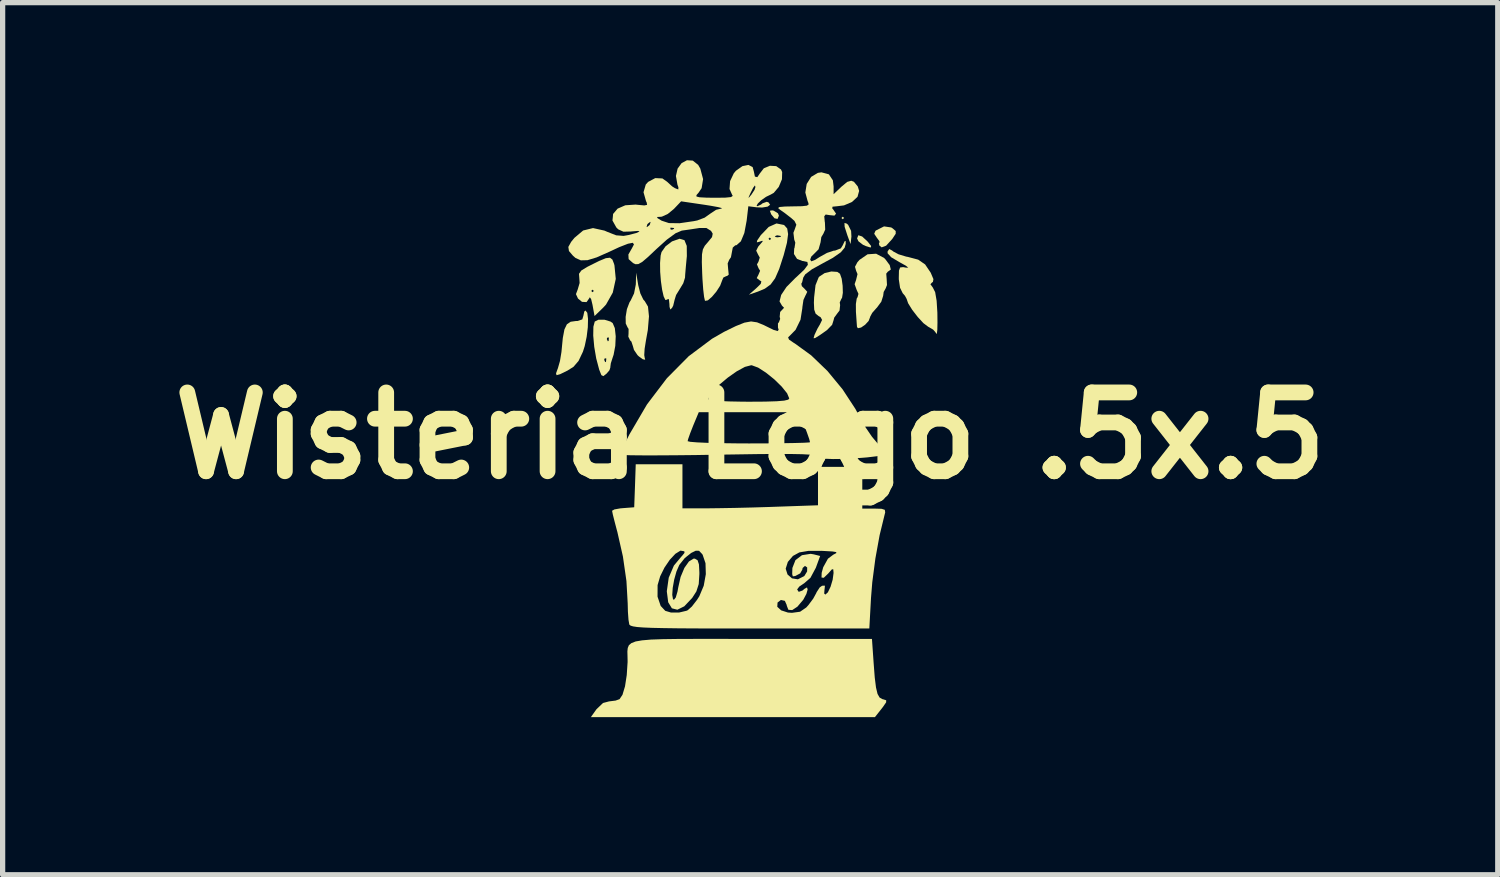
<source format=kicad_pcb>
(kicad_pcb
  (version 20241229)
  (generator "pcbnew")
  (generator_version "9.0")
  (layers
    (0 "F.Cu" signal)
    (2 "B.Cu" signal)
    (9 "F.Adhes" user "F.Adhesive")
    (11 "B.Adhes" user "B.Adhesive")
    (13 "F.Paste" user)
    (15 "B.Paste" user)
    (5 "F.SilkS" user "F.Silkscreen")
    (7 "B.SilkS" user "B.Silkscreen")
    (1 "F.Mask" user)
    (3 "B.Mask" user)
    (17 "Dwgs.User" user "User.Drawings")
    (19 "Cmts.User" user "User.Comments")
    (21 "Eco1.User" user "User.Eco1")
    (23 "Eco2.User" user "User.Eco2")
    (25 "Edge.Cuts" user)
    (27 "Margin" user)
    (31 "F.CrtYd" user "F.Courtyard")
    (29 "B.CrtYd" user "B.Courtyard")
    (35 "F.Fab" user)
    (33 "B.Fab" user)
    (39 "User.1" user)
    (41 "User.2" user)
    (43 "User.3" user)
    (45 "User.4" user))
  (footprint "Wisteria Logo .5x.5"
    (layer "F.Cu")
    (at 11.229 5.241)
    (property "Reference" "Wisteria Logo .5x.5" (at 0 0 0) (layer "F.SilkS") (effects (font (size 1.5 1.5) (thickness 0.3))))
    (attr board_only exclude_from_pos_files exclude_from_bom)
    (fp_poly (pts (xy 1.786 -4.142) (xy 1.761 -4.118) (xy 1.736 -4.142) (xy 1.761 -4.167)) (stroke (width 0) (type solid)) (fill yes) (layer "F.SilkS"))
    (fp_poly (pts (xy 0.447 -4.281) (xy 0.528 -4.231) (xy 0.546 -4.186) (xy 0.52 -4.124) (xy 0.462 -4.136) (xy 0.399 -4.212) (xy 0.374 -4.28) (xy 0.42 -4.287)) (stroke (width 0) (type solid)) (fill yes) (layer "F.SilkS"))
    (fp_poly (pts (xy 1.837 -4.035) (xy 1.864 -4.011) (xy 1.92 -3.897) (xy 1.926 -3.789) (xy 1.91 -3.646) (xy 1.848 -3.815) (xy 1.797 -3.974) (xy 1.794 -4.048)) (stroke (width 0) (type solid)) (fill yes) (layer "F.SilkS"))
    (fp_poly (pts (xy 2.13 -3.79) (xy 2.232 -3.696) (xy 2.302 -3.608) (xy 2.292 -3.579) (xy 2.202 -3.607) (xy 2.146 -3.632) (xy 2.06 -3.698) (xy 2.034 -3.753) (xy 2.058 -3.814)) (stroke (width 0) (type solid)) (fill yes) (layer "F.SilkS"))
    (fp_poly (pts (xy 2.683 -3.962) (xy 2.711 -3.944) (xy 2.769 -3.894) (xy 2.769 -3.842) (xy 2.711 -3.754) (xy 2.701 -3.74) (xy 2.587 -3.615) (xy 2.501 -3.583) (xy 2.457 -3.619) (xy 2.449 -3.667) (xy 2.46 -3.671) (xy 2.459 -3.701) (xy 2.412 -3.763) (xy 2.36 -3.842) (xy 2.383 -3.896) (xy 2.392 -3.904) (xy 2.547 -3.982)) (stroke (width 0) (type solid)) (fill yes) (layer "F.SilkS"))
    (fp_poly (pts (xy -3.101 -2.337) (xy -3.087 -2.222) (xy -3.091 -2.061) (xy -3.113 -1.88) (xy -3.15 -1.704) (xy -3.184 -1.597) (xy -3.267 -1.422) (xy -3.363 -1.31) (xy -3.477 -1.238) (xy -3.618 -1.169) (xy -3.686 -1.15) (xy -3.696 -1.184) (xy -3.664 -1.274) (xy -3.662 -1.277) (xy -3.621 -1.42) (xy -3.593 -1.591) (xy -3.591 -1.612) (xy -3.567 -1.858) (xy -3.536 -2.022) (xy -3.489 -2.119) (xy -3.418 -2.167) (xy -3.312 -2.182) (xy -3.287 -2.182) (xy -3.196 -2.212) (xy -3.175 -2.282) (xy -3.158 -2.363) (xy -3.135 -2.381)) (stroke (width 0) (type solid)) (fill yes) (layer "F.SilkS"))
    (fp_poly (pts (xy -1.252 -3.72) (xy -1.208 -3.611) (xy -1.206 -3.416) (xy -1.21 -3.376) (xy -1.226 -3.205) (xy -1.238 -3.062) (xy -1.241 -3.006) (xy -1.274 -2.9) (xy -1.342 -2.788) (xy -1.411 -2.676) (xy -1.439 -2.585) (xy -1.466 -2.473) (xy -1.488 -2.431) (xy -1.522 -2.4) (xy -1.536 -2.453) (xy -1.538 -2.505) (xy -1.548 -2.598) (xy -1.577 -2.595) (xy -1.581 -2.588) (xy -1.615 -2.581) (xy -1.648 -2.651) (xy -1.677 -2.778) (xy -1.7 -2.941) (xy -1.714 -3.117) (xy -1.716 -3.286) (xy -1.705 -3.427) (xy -1.688 -3.494) (xy -1.612 -3.602) (xy -1.492 -3.694) (xy -1.487 -3.697) (xy -1.344 -3.747)) (stroke (width 0) (type solid)) (fill yes) (layer "F.SilkS"))
    (fp_poly (pts (xy -2.131 -2.861) (xy -2.091 -2.706) (xy -2.035 -2.59) (xy -2.007 -2.559) (xy -1.946 -2.456) (xy -1.927 -2.27) (xy -1.949 -2.009) (xy -1.985 -1.809) (xy -2.01 -1.651) (xy -2.017 -1.532) (xy -2.01 -1.489) (xy -1.999 -1.444) (xy -2.044 -1.453) (xy -2.12 -1.508) (xy -2.146 -1.533) (xy -2.213 -1.632) (xy -2.232 -1.7) (xy -2.262 -1.79) (xy -2.286 -1.813) (xy -2.32 -1.883) (xy -2.316 -1.94) (xy -2.315 -2.03) (xy -2.335 -2.061) (xy -2.369 -2.133) (xy -2.371 -2.26) (xy -2.347 -2.407) (xy -2.298 -2.536) (xy -2.274 -2.574) (xy -2.211 -2.706) (xy -2.178 -2.875) (xy -2.177 -2.896) (xy -2.171 -3.101)) (stroke (width 0) (type solid)) (fill yes) (layer "F.SilkS"))
    (fp_poly (pts (xy -2.623 -3.35) (xy -2.592 -3.27) (xy -2.584 -3.24) (xy -2.559 -2.982) (xy -2.616 -2.722) (xy -2.744 -2.495) (xy -2.799 -2.435) (xy -2.963 -2.276) (xy -3.002 -2.49) (xy -3.028 -2.598) (xy -3.053 -2.634) (xy -3.062 -2.617) (xy -3.115 -2.541) (xy -3.202 -2.546) (xy -3.278 -2.609) (xy -3.317 -2.693) (xy -3.294 -2.753) (xy -3.026 -2.753) (xy -3.001 -2.729) (xy -2.977 -2.753) (xy -3.001 -2.778) (xy -3.026 -2.753) (xy -3.294 -2.753) (xy -3.283 -2.783) (xy -3.247 -2.905) (xy -3.253 -2.999) (xy -3.259 -3.08) (xy -3.214 -3.143) (xy -3.099 -3.213) (xy -3.079 -3.223) (xy -2.879 -3.323) (xy -2.748 -3.377) (xy -2.669 -3.386)) (stroke (width 0) (type solid)) (fill yes) (layer "F.SilkS"))
    (fp_poly (pts (xy 1.657 -3.116) (xy 1.708 -3.081) (xy 1.741 -2.986) (xy 1.759 -2.852) (xy 1.763 -2.718) (xy 1.748 -2.623) (xy 1.735 -2.603) (xy 1.704 -2.536) (xy 1.711 -2.483) (xy 1.7 -2.381) (xy 1.663 -2.333) (xy 1.599 -2.246) (xy 1.587 -2.198) (xy 1.559 -2.109) (xy 1.463 -2.01) (xy 1.326 -1.913) (xy 1.234 -1.856) (xy 1.206 -1.854) (xy 1.221 -1.909) (xy 1.223 -1.916) (xy 1.278 -2.033) (xy 1.327 -2.117) (xy 1.368 -2.202) (xy 1.34 -2.253) (xy 1.299 -2.277) (xy 1.245 -2.321) (xy 1.218 -2.397) (xy 1.212 -2.53) (xy 1.216 -2.63) (xy 1.243 -2.864) (xy 1.302 -3.011) (xy 1.317 -3.028) (xy 1.416 -3.093) (xy 1.544 -3.124)) (stroke (width 0) (type solid)) (fill yes) (layer "F.SilkS"))
    (fp_poly (pts (xy -0.547 3.869) (xy -0.006 3.87) (xy 0.023 3.87) (xy 2.317 3.87) (xy 2.349 4.328) (xy 2.37 4.603) (xy 2.394 4.794) (xy 2.423 4.916) (xy 2.462 4.985) (xy 2.516 5.016) (xy 2.534 5.02) (xy 2.588 5.037) (xy 2.587 5.076) (xy 2.528 5.162) (xy 2.501 5.197) (xy 2.374 5.358) (xy -0.329 5.358) (xy -3.033 5.358) (xy -2.927 5.209) (xy -2.802 5.089) (xy -2.688 5.059) (xy -2.562 5.043) (xy -2.487 5.016) (xy -2.431 4.932) (xy -2.383 4.772) (xy -2.35 4.557) (xy -2.334 4.311) (xy -2.334 4.283) (xy -2.336 4.187) (xy -2.338 4.107) (xy -2.331 4.042) (xy -2.309 3.989) (xy -2.261 3.949) (xy -2.181 3.918) (xy -2.06 3.897) (xy -1.889 3.882) (xy -1.66 3.874) (xy -1.366 3.87) (xy -0.998 3.869)) (stroke (width 0) (type solid)) (fill yes) (layer "F.SilkS"))
    (fp_poly (pts (xy 2.548 -3.381) (xy 2.571 -3.358) (xy 2.655 -3.245) (xy 2.676 -3.161) (xy 2.629 -3.126) (xy 2.623 -3.125) (xy 2.589 -3.083) (xy 2.597 -2.978) (xy 2.603 -2.866) (xy 2.578 -2.802) (xy 2.54 -2.734) (xy 2.53 -2.66) (xy 2.495 -2.549) (xy 2.411 -2.435) (xy 2.406 -2.431) (xy 2.322 -2.336) (xy 2.282 -2.261) (xy 2.282 -2.256) (xy 2.254 -2.183) (xy 2.187 -2.11) (xy 2.11 -2.057) (xy 2.049 -2.044) (xy 2.032 -2.071) (xy 2.027 -2.139) (xy 2.018 -2.269) (xy 2.012 -2.356) (xy 2.011 -2.505) (xy 2.027 -2.609) (xy 2.043 -2.635) (xy 2.06 -2.698) (xy 2.027 -2.771) (xy 1.987 -2.882) (xy 2.015 -2.964) (xy 2.042 -3.074) (xy 2.016 -3.136) (xy 1.994 -3.213) (xy 2.04 -3.3) (xy 2.081 -3.346) (xy 2.234 -3.451) (xy 2.396 -3.462)) (stroke (width 0) (type solid)) (fill yes) (layer "F.SilkS"))
    (fp_poly (pts (xy -2.772 -2.205) (xy -2.66 -2.171) (xy -2.618 -2.142) (xy -2.577 -2.046) (xy -2.56 -1.89) (xy -2.568 -1.709) (xy -2.6 -1.539) (xy -2.615 -1.495) (xy -2.653 -1.377) (xy -2.663 -1.302) (xy -2.662 -1.297) (xy -2.68 -1.243) (xy -2.733 -1.181) (xy -2.795 -1.132) (xy -2.833 -1.151) (xy -2.872 -1.249) (xy -2.876 -1.261) (xy -2.923 -1.439) (xy -2.778 -1.439) (xy -2.76 -1.398) (xy -2.745 -1.406) (xy -2.739 -1.464) (xy -2.745 -1.472) (xy -2.775 -1.465) (xy -2.778 -1.439) (xy -2.923 -1.439) (xy -2.931 -1.468) (xy -2.969 -1.691) (xy -2.982 -1.836) (xy -2.729 -1.836) (xy -2.71 -1.795) (xy -2.695 -1.802) (xy -2.69 -1.861) (xy -2.695 -1.869) (xy -2.725 -1.862) (xy -2.729 -1.836) (xy -2.982 -1.836) (xy -2.988 -1.903) (xy -2.985 -2.073) (xy -2.959 -2.171) (xy -2.888 -2.206)) (stroke (width 0) (type solid)) (fill yes) (layer "F.SilkS"))
    (fp_poly (pts (xy 2.701 -3.523) (xy 2.722 -3.505) (xy 2.823 -3.451) (xy 2.968 -3.407) (xy 3.001 -3.401) (xy 3.197 -3.349) (xy 3.329 -3.258) (xy 3.435 -3.101) (xy 3.439 -3.092) (xy 3.487 -2.978) (xy 3.477 -2.924) (xy 3.46 -2.914) (xy 3.43 -2.88) (xy 3.475 -2.819) (xy 3.52 -2.73) (xy 3.548 -2.566) (xy 3.562 -2.339) (xy 3.564 -2.153) (xy 3.561 -2.012) (xy 3.552 -1.94) (xy 3.548 -1.935) (xy 3.522 -1.971) (xy 3.522 -1.972) (xy 3.482 -2.017) (xy 3.386 -2.073) (xy 3.297 -2.14) (xy 3.188 -2.258) (xy 3.083 -2.394) (xy 3.005 -2.52) (xy 2.977 -2.602) (xy 2.945 -2.661) (xy 2.902 -2.711) (xy 2.852 -2.813) (xy 2.828 -2.974) (xy 2.828 -3.006) (xy 2.831 -3.141) (xy 2.853 -3.2) (xy 2.91 -3.207) (xy 2.964 -3.197) (xy 3.007 -3.197) (xy 2.962 -3.234) (xy 2.843 -3.3) (xy 2.683 -3.395) (xy 2.615 -3.47) (xy 2.614 -3.504) (xy 2.646 -3.551)) (stroke (width 0) (type solid)) (fill yes) (layer "F.SilkS"))
    (fp_poly (pts (xy 0.639 -4.01) (xy 0.647 -4.006) (xy 0.704 -3.942) (xy 0.721 -3.835) (xy 0.699 -3.67) (xy 0.636 -3.431) (xy 0.633 -3.423) (xy 0.551 -3.17) (xy 0.474 -2.994) (xy 0.388 -2.876) (xy 0.279 -2.797) (xy 0.149 -2.742) (xy -0.025 -2.682) (xy 0.115 -2.805) (xy 0.2 -2.888) (xy 0.212 -2.935) (xy 0.176 -2.958) (xy 0.124 -2.998) (xy 0.155 -3.059) (xy 0.188 -3.137) (xy 0.158 -3.186) (xy 0.128 -3.259) (xy 0.156 -3.308) (xy 0.182 -3.388) (xy 0.148 -3.449) (xy 0.114 -3.52) (xy 0.152 -3.597) (xy 0.176 -3.625) (xy 0.237 -3.695) (xy 0.23 -3.709) (xy 0.176 -3.69) (xy 0.126 -3.678) (xy 0.132 -3.713) (xy 0.154 -3.746) (xy 0.347 -3.746) (xy 0.372 -3.721) (xy 0.397 -3.746) (xy 0.372 -3.77) (xy 0.347 -3.746) (xy 0.154 -3.746) (xy 0.179 -3.782) (xy 0.468 -3.782) (xy 0.517 -3.774) (xy 0.581 -3.783) (xy 0.582 -3.8) (xy 0.515 -3.812) (xy 0.487 -3.804) (xy 0.468 -3.782) (xy 0.179 -3.782) (xy 0.197 -3.809) (xy 0.203 -3.817) (xy 0.352 -3.972) (xy 0.5 -4.038)) (stroke (width 0) (type solid)) (fill yes) (layer "F.SilkS"))
    (fp_poly (pts (xy -1.29 0.965) (xy -1.29 1.384) (xy -0.806 1.384) (xy -0.579 1.381) (xy -0.285 1.376) (xy 0.042 1.368) (xy 0.371 1.358) (xy 0.484 1.354) (xy 1.29 1.326) (xy 1.29 0.961) (xy 1.29 0.595) (xy 1.712 0.595) (xy 2.133 0.595) (xy 2.133 0.992) (xy 2.133 1.389) (xy 2.362 1.389) (xy 2.5 1.393) (xy 2.562 1.413) (xy 2.569 1.462) (xy 2.559 1.501) (xy 2.463 1.894) (xy 2.382 2.34) (xy 2.323 2.792) (xy 2.299 3.088) (xy 2.267 3.671) (xy -0.002 3.671) (xy -0.54 3.671) (xy -0.987 3.67) (xy -1.352 3.668) (xy -1.642 3.664) (xy -1.867 3.659) (xy -2.034 3.652) (xy -2.152 3.643) (xy -2.23 3.631) (xy -2.276 3.617) (xy -2.298 3.6) (xy -2.302 3.593) (xy -2.317 3.504) (xy -2.328 3.351) (xy -2.332 3.193) (xy -2.339 3.066) (xy -1.764 3.066) (xy -1.704 3.242) (xy -1.617 3.335) (xy -1.506 3.368) (xy -1.353 3.367) (xy -1.213 3.334) (xy -1.189 3.323) (xy -1.116 3.258) (xy 0.515 3.258) (xy 0.589 3.326) (xy 0.718 3.368) (xy 0.795 3.373) (xy 0.949 3.352) (xy 1.067 3.271) (xy 1.108 3.225) (xy 1.199 3.103) (xy 1.258 2.995) (xy 1.263 2.981) (xy 1.324 2.888) (xy 1.369 2.857) (xy 1.422 2.856) (xy 1.415 2.925) (xy 1.414 2.927) (xy 1.408 3.006) (xy 1.43 3.026) (xy 1.478 2.983) (xy 1.529 2.877) (xy 1.569 2.743) (xy 1.586 2.616) (xy 1.586 2.609) (xy 1.58 2.543) (xy 1.553 2.547) (xy 1.485 2.624) (xy 1.4 2.706) (xy 1.357 2.701) (xy 1.36 2.612) (xy 1.389 2.506) (xy 1.479 2.343) (xy 1.58 2.267) (xy 1.638 2.236) (xy 1.637 2.217) (xy 1.565 2.205) (xy 1.41 2.196) (xy 1.353 2.193) (xy 1.107 2.194) (xy 0.935 2.223) (xy 0.813 2.29) (xy 0.717 2.403) (xy 0.716 2.404) (xy 0.675 2.533) (xy 0.71 2.643) (xy 0.795 2.717) (xy 0.907 2.735) (xy 1.024 2.676) (xy 1.032 2.669) (xy 1.083 2.585) (xy 1.084 2.509) (xy 1.042 2.48) (xy 0.997 2.52) (xy 0.992 2.55) (xy 0.951 2.622) (xy 0.858 2.672) (xy 0.811 2.679) (xy 0.799 2.636) (xy 0.802 2.531) (xy 0.803 2.518) (xy 0.861 2.37) (xy 0.985 2.276) (xy 1.15 2.25) (xy 1.209 2.26) (xy 1.331 2.291) (xy 1.249 2.515) (xy 1.146 2.707) (xy 1.029 2.809) (xy 0.934 2.873) (xy 0.893 2.928) (xy 0.893 2.928) (xy 0.923 2.974) (xy 0.994 2.949) (xy 1.032 2.917) (xy 1.081 2.889) (xy 1.093 2.929) (xy 1.069 3.013) (xy 1.013 3.118) (xy 1.007 3.127) (xy 0.898 3.256) (xy 0.799 3.321) (xy 0.726 3.315) (xy 0.695 3.235) (xy 0.695 3.225) (xy 0.659 3.145) (xy 0.584 3.128) (xy 0.52 3.177) (xy 0.515 3.258) (xy -1.116 3.258) (xy -1.109 3.251) (xy -1.013 3.127) (xy -0.969 3.058) (xy -0.885 2.858) (xy -0.845 2.637) (xy -0.851 2.429) (xy -0.905 2.269) (xy -0.915 2.254) (xy -0.974 2.192) (xy -1.037 2.191) (xy -1.123 2.233) (xy -1.245 2.33) (xy -1.349 2.46) (xy -1.351 2.464) (xy -1.404 2.586) (xy -1.447 2.74) (xy -1.475 2.898) (xy -1.484 3.031) (xy -1.47 3.113) (xy -1.452 3.125) (xy -1.417 3.081) (xy -1.384 2.968) (xy -1.37 2.89) (xy -1.325 2.69) (xy -1.253 2.518) (xy -1.166 2.395) (xy -1.077 2.341) (xy -1.053 2.342) (xy -1.002 2.372) (xy -0.976 2.451) (xy -0.968 2.601) (xy -0.968 2.636) (xy -0.98 2.826) (xy -1.025 2.966) (xy -1.105 3.09) (xy -1.255 3.249) (xy -1.387 3.314) (xy -1.491 3.287) (xy -1.561 3.172) (xy -1.587 2.969) (xy -1.587 2.958) (xy -1.551 2.704) (xy -1.453 2.474) (xy -1.309 2.301) (xy -1.302 2.295) (xy -1.251 2.232) (xy -1.254 2.202) (xy -1.327 2.189) (xy -1.424 2.249) (xy -1.53 2.362) (xy -1.632 2.512) (xy -1.714 2.678) (xy -1.762 2.842) (xy -1.763 2.851) (xy -1.764 3.066) (xy -2.339 3.066) (xy -2.356 2.768) (xy -2.423 2.301) (xy -2.529 1.833) (xy -2.535 1.812) (xy -2.581 1.637) (xy -2.615 1.502) (xy -2.629 1.432) (xy -2.629 1.43) (xy -2.585 1.405) (xy -2.474 1.385) (xy -2.418 1.38) (xy -2.208 1.364) (xy -2.193 0.955) (xy -2.179 0.546) (xy -1.734 0.546) (xy -1.29 0.546)) (stroke (width 0) (type solid)) (fill yes) (layer "F.SilkS"))
    (fp_poly (pts (xy -1.093 -5.234) (xy -0.991 -5.153) (xy -0.95 -5.082) (xy -0.897 -4.882) (xy -0.925 -4.709) (xy -0.984 -4.622) (xy -1.024 -4.577) (xy -1.022 -4.55) (xy -0.964 -4.536) (xy -0.833 -4.529) (xy -0.68 -4.527) (xy -0.479 -4.529) (xy -0.456 -4.531) (xy -0.033 -4.531) (xy -0.023 -4.532) (xy 0.022 -4.586) (xy 0.082 -4.678) (xy 0.099 -4.731) (xy 0.09 -4.762) (xy 0.056 -4.717) (xy 0.004 -4.614) (xy -0.033 -4.531) (xy -0.456 -4.531) (xy -0.366 -4.54) (xy -0.332 -4.563) (xy -0.342 -4.578) (xy -0.394 -4.694) (xy -0.383 -4.844) (xy -0.313 -4.992) (xy -0.272 -5.041) (xy -0.148 -5.129) (xy -0.034 -5.152) (xy 0.046 -5.111) (xy 0.07 -5.023) (xy 0.089 -4.93) (xy 0.135 -4.919) (xy 0.181 -4.987) (xy 0.259 -5.088) (xy 0.375 -5.136) (xy 0.495 -5.129) (xy 0.586 -5.065) (xy 0.608 -5.016) (xy 0.604 -4.879) (xy 0.543 -4.733) (xy 0.448 -4.62) (xy 0.389 -4.587) (xy 0.302 -4.545) (xy 0.212 -4.482) (xy 0.144 -4.417) (xy 0.121 -4.373) (xy 0.137 -4.366) (xy 0.205 -4.397) (xy 0.234 -4.421) (xy 0.314 -4.45) (xy 0.348 -4.439) (xy 0.379 -4.394) (xy 0.331 -4.358) (xy 0.227 -4.341) (xy 0.123 -4.345) (xy -0.036 -4.365) (xy -0.068 -4.091) (xy -0.112 -3.856) (xy -0.178 -3.698) (xy -0.26 -3.625) (xy -0.285 -3.621) (xy -0.332 -3.579) (xy -0.347 -3.5) (xy -0.367 -3.395) (xy -0.4 -3.347) (xy -0.429 -3.278) (xy -0.42 -3.169) (xy -0.409 -3.064) (xy -0.443 -3.036) (xy -0.453 -3.037) (xy -0.512 -3.008) (xy -0.535 -2.952) (xy -0.572 -2.854) (xy -0.644 -2.742) (xy -0.729 -2.641) (xy -0.807 -2.574) (xy -0.858 -2.565) (xy -0.862 -2.569) (xy -0.878 -2.64) (xy -0.895 -2.785) (xy -0.909 -2.979) (xy -0.914 -3.085) (xy -0.921 -3.304) (xy -0.918 -3.449) (xy -0.901 -3.544) (xy -0.865 -3.613) (xy -0.806 -3.682) (xy -0.727 -3.778) (xy -0.714 -3.843) (xy -0.746 -3.897) (xy -0.833 -3.951) (xy -0.973 -3.951) (xy -0.989 -3.948) (xy -1.153 -3.923) (xy -1.301 -3.902) (xy -1.302 -3.902) (xy -1.42 -3.852) (xy -1.588 -3.729) (xy -1.783 -3.553) (xy -1.945 -3.4) (xy -2.054 -3.307) (xy -2.128 -3.265) (xy -2.184 -3.262) (xy -2.23 -3.284) (xy -2.314 -3.359) (xy -2.319 -3.447) (xy -2.254 -3.561) (xy -2.213 -3.639) (xy -2.235 -3.67) (xy -2.327 -3.652) (xy -2.493 -3.587) (xy -2.686 -3.497) (xy -2.923 -3.392) (xy -3.097 -3.339) (xy -3.224 -3.336) (xy -3.325 -3.381) (xy -3.373 -3.423) (xy -3.45 -3.513) (xy -3.462 -3.591) (xy -3.408 -3.688) (xy -3.347 -3.763) (xy -3.18 -3.904) (xy -2.992 -3.95) (xy -2.775 -3.902) (xy -2.715 -3.876) (xy -2.551 -3.812) (xy -2.41 -3.801) (xy -2.315 -3.818) (xy -2.169 -3.856) (xy -2.107 -3.884) (xy -2.133 -3.896) (xy -2.251 -3.887) (xy -2.266 -3.885) (xy -2.413 -3.881) (xy -2.512 -3.926) (xy -2.539 -3.952) (xy -1.521 -3.952) (xy -1.515 -3.923) (xy -1.488 -3.919) (xy -1.447 -3.937) (xy -1.455 -3.952) (xy -1.514 -3.958) (xy -1.521 -3.952) (xy -2.539 -3.952) (xy -2.547 -3.96) (xy -2.554 -3.972) (xy -1.972 -3.972) (xy -1.965 -3.969) (xy -1.92 -4.004) (xy -1.91 -4.018) (xy -1.897 -4.065) (xy -1.904 -4.068) (xy -1.949 -4.033) (xy -1.96 -4.018) (xy -1.972 -3.972) (xy -2.554 -3.972) (xy -2.622 -4.094) (xy -2.615 -4.161) (xy -1.773 -4.161) (xy -1.764 -4.139) (xy -1.687 -4.091) (xy -1.547 -4.045) (xy -1.347 -4.042) (xy -1.073 -4.082) (xy -1.008 -4.095) (xy -0.868 -4.148) (xy -0.764 -4.222) (xy -0.649 -4.298) (xy -0.55 -4.321) (xy -0.538 -4.33) (xy -0.611 -4.349) (xy -0.753 -4.375) (xy -0.868 -4.393) (xy -1.315 -4.459) (xy -1.454 -4.313) (xy -1.569 -4.219) (xy -1.68 -4.168) (xy -1.702 -4.165) (xy -1.773 -4.161) (xy -2.615 -4.161) (xy -2.61 -4.219) (xy -2.524 -4.32) (xy -2.377 -4.384) (xy -2.18 -4.397) (xy -2.144 -4.393) (xy -2.015 -4.381) (xy -1.963 -4.392) (xy -1.97 -4.436) (xy -1.983 -4.462) (xy -2.031 -4.632) (xy -1.988 -4.779) (xy -1.943 -4.829) (xy -1.808 -4.901) (xy -1.672 -4.895) (xy -1.585 -4.834) (xy -1.485 -4.743) (xy -1.431 -4.709) (xy -1.369 -4.685) (xy -1.367 -4.726) (xy -1.385 -4.776) (xy -1.414 -4.942) (xy -1.382 -5.082) (xy -1.306 -5.186) (xy -1.204 -5.241)) (stroke (width 0) (type solid)) (fill yes) (layer "F.SilkS"))
    (fp_poly (pts (xy 1.497 -4.973) (xy 1.573 -4.859) (xy 1.587 -4.743) (xy 1.587 -4.595) (xy 1.738 -4.739) (xy 1.846 -4.829) (xy 1.923 -4.851) (xy 1.974 -4.831) (xy 2.047 -4.742) (xy 2.073 -4.658) (xy 2.042 -4.545) (xy 1.937 -4.447) (xy 1.785 -4.382) (xy 1.657 -4.366) (xy 1.566 -4.357) (xy 1.561 -4.325) (xy 1.578 -4.306) (xy 1.634 -4.224) (xy 1.603 -4.187) (xy 1.515 -4.196) (xy 1.436 -4.208) (xy 1.409 -4.174) (xy 1.419 -4.069) (xy 1.422 -4.054) (xy 1.427 -3.921) (xy 1.395 -3.849) (xy 1.395 -3.848) (xy 1.353 -3.778) (xy 1.339 -3.68) (xy 1.301 -3.546) (xy 1.24 -3.484) (xy 1.162 -3.407) (xy 1.141 -3.35) (xy 1.162 -3.317) (xy 1.234 -3.344) (xy 1.322 -3.4) (xy 1.46 -3.477) (xy 1.586 -3.519) (xy 1.616 -3.522) (xy 1.725 -3.564) (xy 1.762 -3.625) (xy 1.796 -3.698) (xy 1.816 -3.707) (xy 1.818 -3.65) (xy 1.797 -3.576) (xy 1.725 -3.49) (xy 1.572 -3.383) (xy 1.389 -3.284) (xy 1.175 -3.166) (xy 1.048 -3.07) (xy 1.01 -3.009) (xy 0.988 -2.918) (xy 0.972 -2.89) (xy 0.983 -2.844) (xy 1.03 -2.799) (xy 1.086 -2.737) (xy 1.057 -2.676) (xy 1.054 -2.672) (xy 1.013 -2.583) (xy 0.993 -2.447) (xy 0.992 -2.427) (xy 0.957 -2.205) (xy 0.863 -2.013) (xy 0.768 -1.916) (xy 0.721 -1.87) (xy 0.738 -1.828) (xy 0.828 -1.766) (xy 0.85 -1.753) (xy 1.16 -1.528) (xy 1.47 -1.23) (xy 1.757 -0.882) (xy 2.002 -0.508) (xy 2.087 -0.348) (xy 2.194 -0.159) (xy 2.317 0.021) (xy 2.41 0.132) (xy 2.51 0.239) (xy 2.571 0.319) (xy 2.58 0.342) (xy 2.533 0.368) (xy 2.407 0.393) (xy 2.221 0.415) (xy 1.994 0.433) (xy 1.746 0.444) (xy 1.575 0.446) (xy 1.37 0.438) (xy 1.26 0.413) (xy 1.24 0.389) (xy 1.215 0.373) (xy 1.134 0.362) (xy 0.99 0.354) (xy 0.778 0.35) (xy 0.49 0.349) (xy 0.12 0.352) (xy -0.339 0.359) (xy -0.62 0.363) (xy -1.039 0.37) (xy -1.424 0.374) (xy -1.766 0.376) (xy -2.054 0.376) (xy -2.276 0.374) (xy -2.421 0.369) (xy -2.48 0.363) (xy -2.48 0.362) (xy -2.459 0.305) (xy -2.403 0.184) (xy -2.364 0.106) (xy -1.191 0.106) (xy -1.143 0.118) (xy -1.01 0.129) (xy -0.806 0.138) (xy -0.543 0.144) (xy -0.236 0.148) (xy -0.025 0.149) (xy 0.303 0.148) (xy 0.596 0.145) (xy 0.839 0.141) (xy 1.019 0.136) (xy 1.122 0.13) (xy 1.141 0.126) (xy 1.125 0.071) (xy 1.083 -0.049) (xy 1.038 -0.172) (xy 0.935 -0.446) (xy -0.022 -0.446) (xy -0.979 -0.446) (xy -1.085 -0.192) (xy -1.143 -0.044) (xy -1.182 0.067) (xy -1.191 0.106) (xy -2.364 0.106) (xy -2.322 0.022) (xy -2.3 -0.022) (xy -1.965 -0.593) (xy -1.891 -0.691) (xy -0.794 -0.691) (xy -0.747 -0.674) (xy -0.616 -0.661) (xy -0.415 -0.651) (xy -0.162 -0.646) (xy -0.025 -0.645) (xy 0.284 -0.647) (xy 0.505 -0.654) (xy 0.647 -0.666) (xy 0.723 -0.684) (xy 0.743 -0.707) (xy 0.702 -0.805) (xy 0.599 -0.933) (xy 0.458 -1.071) (xy 0.3 -1.198) (xy 0.151 -1.294) (xy 0.032 -1.338) (xy 0.017 -1.339) (xy -0.101 -1.308) (xy -0.256 -1.224) (xy -0.424 -1.106) (xy -0.583 -0.973) (xy -0.711 -0.842) (xy -0.784 -0.731) (xy -0.794 -0.691) (xy -1.891 -0.691) (xy -1.586 -1.092) (xy -1.171 -1.511) (xy -0.726 -1.844) (xy -0.498 -1.975) (xy -0.273 -2.085) (xy -0.11 -2.15) (xy 0.016 -2.173) (xy 0.13 -2.156) (xy 0.258 -2.104) (xy 0.298 -2.084) (xy 0.445 -2.012) (xy 0.521 -1.99) (xy 0.541 -2.013) (xy 0.528 -2.057) (xy 0.528 -2.136) (xy 0.546 -2.158) (xy 0.57 -2.221) (xy 0.561 -2.264) (xy 0.57 -2.354) (xy 0.6 -2.386) (xy 0.644 -2.433) (xy 0.605 -2.473) (xy 0.558 -2.554) (xy 0.589 -2.677) (xy 0.69 -2.829) (xy 0.857 -2.998) (xy 0.872 -3.011) (xy 1.025 -3.155) (xy 1.097 -3.251) (xy 1.088 -3.305) (xy 1.001 -3.324) (xy 0.991 -3.324) (xy 0.891 -3.364) (xy 0.832 -3.457) (xy 0.837 -3.561) (xy 0.843 -3.572) (xy 0.858 -3.673) (xy 0.838 -3.73) (xy 0.822 -3.86) (xy 0.848 -3.928) (xy 0.878 -4.014) (xy 0.843 -4.085) (xy 0.783 -4.139) (xy 0.663 -4.232) (xy 0.565 -4.301) (xy 0.53 -4.332) (xy 0.558 -4.351) (xy 0.66 -4.36) (xy 0.808 -4.363) (xy 0.984 -4.366) (xy 1.08 -4.377) (xy 1.113 -4.401) (xy 1.101 -4.446) (xy 1.093 -4.462) (xy 1.049 -4.627) (xy 1.075 -4.79) (xy 1.159 -4.924) (xy 1.288 -5.001) (xy 1.356 -5.011)) (stroke (width 0) (type solid)) (fill yes) (layer "F.SilkS")))
  (gr_rect
    (start -3 -3)
    (end 25.457 13.599)
    (stroke (width 0.1) (type default))
    (fill no)
    (layer "Edge.Cuts")))
</source>
